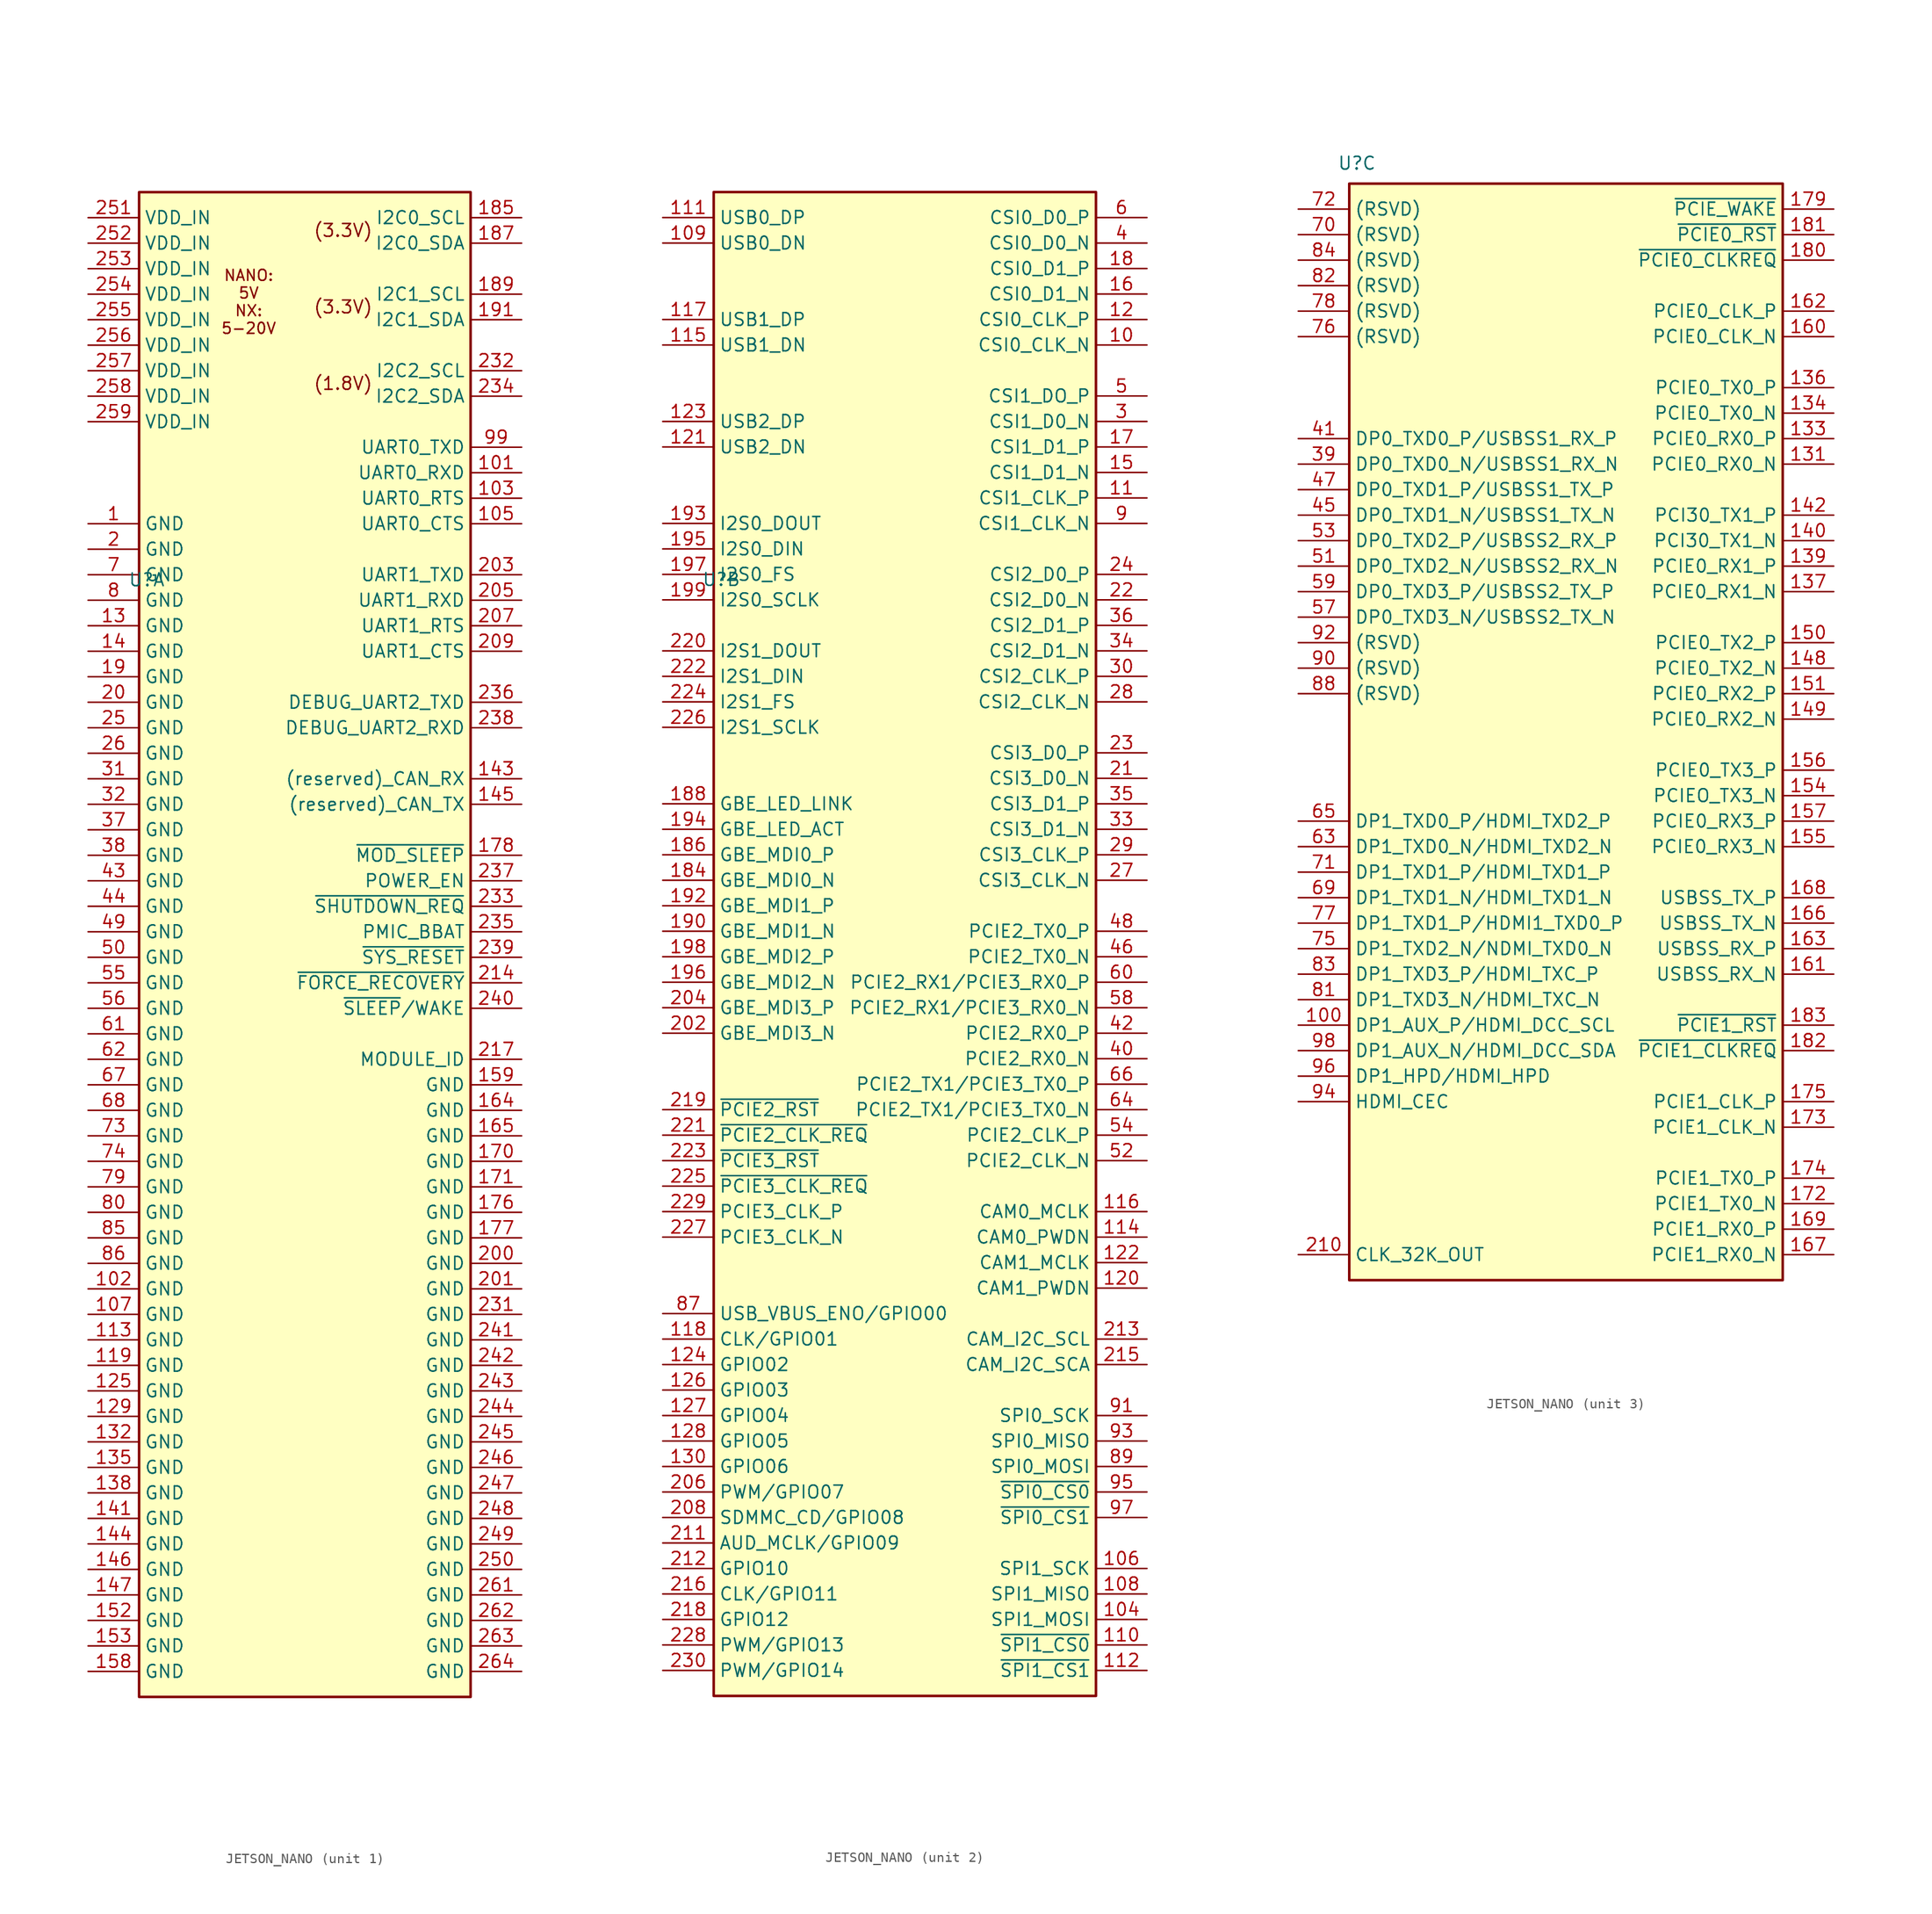
<source format=kicad_sym>
(kicad_symbol_lib
  (version 20231120)
  (generator "kicad_symbol_editor")
  (generator_version "8.0")
  (symbol "JETSON_NANO"
    (property "Reference" "U"
      (at 5.842 108.712 0)
      (effects (font (size 1.27 1.27))))
    (property "Value" ""
      (at 0 0 0)
      (effects (font (size 1.27 1.27))))
    (property "ki_locked" ""
      (at 0 0 0)
      (effects (font (size 1.27 1.27))))
    (symbol "JETSON_NANO_1_1"
      (rectangle (start 5.08 147.32) (end 38.1 -2.54) (stroke (width 0.254) (type default)) (fill (type background)))
      (text "(1.8V)" (at 25.4 128.27 0) (effects (font (size 1.27 1.27))))
      (text "(3.3V)" (at 25.4 135.89 0) (effects (font (size 1.27 1.27))))
      (text "(3.3V)" (at 25.4 143.51 0) (effects (font (size 1.27 1.27))))
      (text "NANO:\n5V\nNX:\n5-20V" (at 16.002 136.398 0) (effects (font (size 1.092 1.092))))
      (pin power_in line (at 0 114.3 0) (length 5.08) (name "GND" (effects (font (size 1.27 1.27)))) (number "1" (effects (font (size 1.27 1.27)))))
      (pin passive line (at 43.18 119.38 180) (length 5.08) (name "UART0_RXD" (effects (font (size 1.27 1.27)))) (number "101" (effects (font (size 1.27 1.27)))))
      (pin power_in line (at 0 38.1 0) (length 5.08) (name "GND" (effects (font (size 1.27 1.27)))) (number "102" (effects (font (size 1.27 1.27)))))
      (pin passive line (at 43.18 116.84 180) (length 5.08) (name "UART0_RTS" (effects (font (size 1.27 1.27)))) (number "103" (effects (font (size 1.27 1.27)))))
      (pin passive line (at 43.18 114.3 180) (length 5.08) (name "UART0_CTS" (effects (font (size 1.27 1.27)))) (number "105" (effects (font (size 1.27 1.27)))))
      (pin power_in line (at 0 35.56 0) (length 5.08) (name "GND" (effects (font (size 1.27 1.27)))) (number "107" (effects (font (size 1.27 1.27)))))
      (pin power_in line (at 0 33.02 0) (length 5.08) (name "GND" (effects (font (size 1.27 1.27)))) (number "113" (effects (font (size 1.27 1.27)))))
      (pin power_in line (at 0 30.48 0) (length 5.08) (name "GND" (effects (font (size 1.27 1.27)))) (number "119" (effects (font (size 1.27 1.27)))))
      (pin power_in line (at 0 27.94 0) (length 5.08) (name "GND" (effects (font (size 1.27 1.27)))) (number "125" (effects (font (size 1.27 1.27)))))
      (pin power_in line (at 0 25.4 0) (length 5.08) (name "GND" (effects (font (size 1.27 1.27)))) (number "129" (effects (font (size 1.27 1.27)))))
      (pin power_in line (at 0 104.14 0) (length 5.08) (name "GND" (effects (font (size 1.27 1.27)))) (number "13" (effects (font (size 1.27 1.27)))))
      (pin power_in line (at 0 22.86 0) (length 5.08) (name "GND" (effects (font (size 1.27 1.27)))) (number "132" (effects (font (size 1.27 1.27)))))
      (pin power_in line (at 0 20.32 0) (length 5.08) (name "GND" (effects (font (size 1.27 1.27)))) (number "135" (effects (font (size 1.27 1.27)))))
      (pin power_in line (at 0 17.78 0) (length 5.08) (name "GND" (effects (font (size 1.27 1.27)))) (number "138" (effects (font (size 1.27 1.27)))))
      (pin power_in line (at 0 101.6 0) (length 5.08) (name "GND" (effects (font (size 1.27 1.27)))) (number "14" (effects (font (size 1.27 1.27)))))
      (pin power_in line (at 0 15.24 0) (length 5.08) (name "GND" (effects (font (size 1.27 1.27)))) (number "141" (effects (font (size 1.27 1.27)))))
      (pin passive line (at 43.18 88.9 180) (length 5.08) (name "(reserved)_CAN_RX" (effects (font (size 1.27 1.27)))) (number "143" (effects (font (size 1.27 1.27)))))
      (pin power_in line (at 0 12.7 0) (length 5.08) (name "GND" (effects (font (size 1.27 1.27)))) (number "144" (effects (font (size 1.27 1.27)))))
      (pin passive line (at 43.18 86.36 180) (length 5.08) (name "(reserved)_CAN_TX" (effects (font (size 1.27 1.27)))) (number "145" (effects (font (size 1.27 1.27)))))
      (pin power_in line (at 0 10.16 0) (length 5.08) (name "GND" (effects (font (size 1.27 1.27)))) (number "146" (effects (font (size 1.27 1.27)))))
      (pin power_in line (at 0 7.62 0) (length 5.08) (name "GND" (effects (font (size 1.27 1.27)))) (number "147" (effects (font (size 1.27 1.27)))))
      (pin power_in line (at 0 5.08 0) (length 5.08) (name "GND" (effects (font (size 1.27 1.27)))) (number "152" (effects (font (size 1.27 1.27)))))
      (pin power_in line (at 0 2.54 0) (length 5.08) (name "GND" (effects (font (size 1.27 1.27)))) (number "153" (effects (font (size 1.27 1.27)))))
      (pin power_in line (at 0 0 0) (length 5.08) (name "GND" (effects (font (size 1.27 1.27)))) (number "158" (effects (font (size 1.27 1.27)))))
      (pin power_in line (at 43.18 58.42 180) (length 5.08) (name "GND" (effects (font (size 1.27 1.27)))) (number "159" (effects (font (size 1.27 1.27)))))
      (pin power_in line (at 43.18 55.88 180) (length 5.08) (name "GND" (effects (font (size 1.27 1.27)))) (number "164" (effects (font (size 1.27 1.27)))))
      (pin power_in line (at 43.18 53.34 180) (length 5.08) (name "GND" (effects (font (size 1.27 1.27)))) (number "165" (effects (font (size 1.27 1.27)))))
      (pin power_in line (at 43.18 50.8 180) (length 5.08) (name "GND" (effects (font (size 1.27 1.27)))) (number "170" (effects (font (size 1.27 1.27)))))
      (pin power_in line (at 43.18 48.26 180) (length 5.08) (name "GND" (effects (font (size 1.27 1.27)))) (number "171" (effects (font (size 1.27 1.27)))))
      (pin power_in line (at 43.18 45.72 180) (length 5.08) (name "GND" (effects (font (size 1.27 1.27)))) (number "176" (effects (font (size 1.27 1.27)))))
      (pin power_in line (at 43.18 43.18 180) (length 5.08) (name "GND" (effects (font (size 1.27 1.27)))) (number "177" (effects (font (size 1.27 1.27)))))
      (pin passive line (at 43.18 81.28 180) (length 5.08) (name "~{MOD_SLEEP}" (effects (font (size 1.27 1.27)))) (number "178" (effects (font (size 1.27 1.27)))))
      (pin passive line (at 43.18 144.78 180) (length 5.08) (name "I2C0_SCL" (effects (font (size 1.27 1.27)))) (number "185" (effects (font (size 1.27 1.27)))))
      (pin passive line (at 43.18 142.24 180) (length 5.08) (name "I2C0_SDA" (effects (font (size 1.27 1.27)))) (number "187" (effects (font (size 1.27 1.27)))))
      (pin passive line (at 43.18 137.16 180) (length 5.08) (name "I2C1_SCL" (effects (font (size 1.27 1.27)))) (number "189" (effects (font (size 1.27 1.27)))))
      (pin power_in line (at 0 99.06 0) (length 5.08) (name "GND" (effects (font (size 1.27 1.27)))) (number "19" (effects (font (size 1.27 1.27)))))
      (pin passive line (at 43.18 134.62 180) (length 5.08) (name "I2C1_SDA" (effects (font (size 1.27 1.27)))) (number "191" (effects (font (size 1.27 1.27)))))
      (pin power_in line (at 0 111.76 0) (length 5.08) (name "GND" (effects (font (size 1.27 1.27)))) (number "2" (effects (font (size 1.27 1.27)))))
      (pin power_in line (at 0 96.52 0) (length 5.08) (name "GND" (effects (font (size 1.27 1.27)))) (number "20" (effects (font (size 1.27 1.27)))))
      (pin power_in line (at 43.18 40.64 180) (length 5.08) (name "GND" (effects (font (size 1.27 1.27)))) (number "200" (effects (font (size 1.27 1.27)))))
      (pin power_in line (at 43.18 38.1 180) (length 5.08) (name "GND" (effects (font (size 1.27 1.27)))) (number "201" (effects (font (size 1.27 1.27)))))
      (pin passive line (at 43.18 109.22 180) (length 5.08) (name "UART1_TXD" (effects (font (size 1.27 1.27)))) (number "203" (effects (font (size 1.27 1.27)))))
      (pin passive line (at 43.18 106.68 180) (length 5.08) (name "UART1_RXD" (effects (font (size 1.27 1.27)))) (number "205" (effects (font (size 1.27 1.27)))))
      (pin passive line (at 43.18 104.14 180) (length 5.08) (name "UART1_RTS" (effects (font (size 1.27 1.27)))) (number "207" (effects (font (size 1.27 1.27)))))
      (pin passive line (at 43.18 101.6 180) (length 5.08) (name "UART1_CTS" (effects (font (size 1.27 1.27)))) (number "209" (effects (font (size 1.27 1.27)))))
      (pin passive line (at 43.18 68.58 180) (length 5.08) (name "~{FORCE_RECOVERY}" (effects (font (size 1.27 1.27)))) (number "214" (effects (font (size 1.27 1.27)))))
      (pin passive line (at 43.18 60.96 180) (length 5.08) (name "MODULE_ID" (effects (font (size 1.27 1.27)))) (number "217" (effects (font (size 1.27 1.27)))))
      (pin power_in line (at 43.18 35.56 180) (length 5.08) (name "GND" (effects (font (size 1.27 1.27)))) (number "231" (effects (font (size 1.27 1.27)))))
      (pin passive line (at 43.18 129.54 180) (length 5.08) (name "I2C2_SCL" (effects (font (size 1.27 1.27)))) (number "232" (effects (font (size 1.27 1.27)))))
      (pin passive line (at 43.18 76.2 180) (length 5.08) (name "~{SHUTDOWN_REQ}" (effects (font (size 1.27 1.27)))) (number "233" (effects (font (size 1.27 1.27)))))
      (pin passive line (at 43.18 127 180) (length 5.08) (name "I2C2_SDA" (effects (font (size 1.27 1.27)))) (number "234" (effects (font (size 1.27 1.27)))))
      (pin passive line (at 43.18 73.66 180) (length 5.08) (name "PMIC_BBAT" (effects (font (size 1.27 1.27)))) (number "235" (effects (font (size 1.27 1.27)))))
      (pin passive line (at 43.18 96.52 180) (length 5.08) (name "DEBUG_UART2_TXD" (effects (font (size 1.27 1.27)))) (number "236" (effects (font (size 1.27 1.27)))))
      (pin passive line (at 43.18 78.74 180) (length 5.08) (name "POWER_EN" (effects (font (size 1.27 1.27)))) (number "237" (effects (font (size 1.27 1.27)))))
      (pin passive line (at 43.18 93.98 180) (length 5.08) (name "DEBUG_UART2_RXD" (effects (font (size 1.27 1.27)))) (number "238" (effects (font (size 1.27 1.27)))))
      (pin passive line (at 43.18 71.12 180) (length 5.08) (name "~{SYS_RESET}" (effects (font (size 1.27 1.27)))) (number "239" (effects (font (size 1.27 1.27)))))
      (pin passive line (at 43.18 66.04 180) (length 5.08) (name "~{SLEEP}/WAKE" (effects (font (size 1.27 1.27)))) (number "240" (effects (font (size 1.27 1.27)))))
      (pin power_in line (at 43.18 33.02 180) (length 5.08) (name "GND" (effects (font (size 1.27 1.27)))) (number "241" (effects (font (size 1.27 1.27)))))
      (pin power_in line (at 43.18 30.48 180) (length 5.08) (name "GND" (effects (font (size 1.27 1.27)))) (number "242" (effects (font (size 1.27 1.27)))))
      (pin power_in line (at 43.18 27.94 180) (length 5.08) (name "GND" (effects (font (size 1.27 1.27)))) (number "243" (effects (font (size 1.27 1.27)))))
      (pin power_in line (at 43.18 25.4 180) (length 5.08) (name "GND" (effects (font (size 1.27 1.27)))) (number "244" (effects (font (size 1.27 1.27)))))
      (pin power_in line (at 43.18 22.86 180) (length 5.08) (name "GND" (effects (font (size 1.27 1.27)))) (number "245" (effects (font (size 1.27 1.27)))))
      (pin power_in line (at 43.18 20.32 180) (length 5.08) (name "GND" (effects (font (size 1.27 1.27)))) (number "246" (effects (font (size 1.27 1.27)))))
      (pin power_in line (at 43.18 17.78 180) (length 5.08) (name "GND" (effects (font (size 1.27 1.27)))) (number "247" (effects (font (size 1.27 1.27)))))
      (pin power_in line (at 43.18 15.24 180) (length 5.08) (name "GND" (effects (font (size 1.27 1.27)))) (number "248" (effects (font (size 1.27 1.27)))))
      (pin power_in line (at 43.18 12.7 180) (length 5.08) (name "GND" (effects (font (size 1.27 1.27)))) (number "249" (effects (font (size 1.27 1.27)))))
      (pin power_in line (at 0 93.98 0) (length 5.08) (name "GND" (effects (font (size 1.27 1.27)))) (number "25" (effects (font (size 1.27 1.27)))))
      (pin power_in line (at 43.18 10.16 180) (length 5.08) (name "GND" (effects (font (size 1.27 1.27)))) (number "250" (effects (font (size 1.27 1.27)))))
      (pin power_in line (at 0 144.78 0) (length 5.08) (name "VDD_IN" (effects (font (size 1.27 1.27)))) (number "251" (effects (font (size 1.27 1.27)))))
      (pin power_in line (at 0 142.24 0) (length 5.08) (name "VDD_IN" (effects (font (size 1.27 1.27)))) (number "252" (effects (font (size 1.27 1.27)))))
      (pin power_in line (at 0 139.7 0) (length 5.08) (name "VDD_IN" (effects (font (size 1.27 1.27)))) (number "253" (effects (font (size 1.27 1.27)))))
      (pin power_in line (at 0 137.16 0) (length 5.08) (name "VDD_IN" (effects (font (size 1.27 1.27)))) (number "254" (effects (font (size 1.27 1.27)))))
      (pin power_in line (at 0 134.62 0) (length 5.08) (name "VDD_IN" (effects (font (size 1.27 1.27)))) (number "255" (effects (font (size 1.27 1.27)))))
      (pin power_in line (at 0 132.08 0) (length 5.08) (name "VDD_IN" (effects (font (size 1.27 1.27)))) (number "256" (effects (font (size 1.27 1.27)))))
      (pin power_in line (at 0 129.54 0) (length 5.08) (name "VDD_IN" (effects (font (size 1.27 1.27)))) (number "257" (effects (font (size 1.27 1.27)))))
      (pin power_in line (at 0 127 0) (length 5.08) (name "VDD_IN" (effects (font (size 1.27 1.27)))) (number "258" (effects (font (size 1.27 1.27)))))
      (pin power_in line (at 0 124.46 0) (length 5.08) (name "VDD_IN" (effects (font (size 1.27 1.27)))) (number "259" (effects (font (size 1.27 1.27)))))
      (pin power_in line (at 0 91.44 0) (length 5.08) (name "GND" (effects (font (size 1.27 1.27)))) (number "26" (effects (font (size 1.27 1.27)))))
      (pin power_in line (at 43.18 7.62 180) (length 5.08) (name "GND" (effects (font (size 1.27 1.27)))) (number "261" (effects (font (size 1.27 1.27)))))
      (pin power_in line (at 43.18 5.08 180) (length 5.08) (name "GND" (effects (font (size 1.27 1.27)))) (number "262" (effects (font (size 1.27 1.27)))))
      (pin power_in line (at 43.18 2.54 180) (length 5.08) (name "GND" (effects (font (size 1.27 1.27)))) (number "263" (effects (font (size 1.27 1.27)))))
      (pin power_in line (at 43.18 0 180) (length 5.08) (name "GND" (effects (font (size 1.27 1.27)))) (number "264" (effects (font (size 1.27 1.27)))))
      (pin power_in line (at 0 88.9 0) (length 5.08) (name "GND" (effects (font (size 1.27 1.27)))) (number "31" (effects (font (size 1.27 1.27)))))
      (pin power_in line (at 0 86.36 0) (length 5.08) (name "GND" (effects (font (size 1.27 1.27)))) (number "32" (effects (font (size 1.27 1.27)))))
      (pin power_in line (at 0 83.82 0) (length 5.08) (name "GND" (effects (font (size 1.27 1.27)))) (number "37" (effects (font (size 1.27 1.27)))))
      (pin power_in line (at 0 81.28 0) (length 5.08) (name "GND" (effects (font (size 1.27 1.27)))) (number "38" (effects (font (size 1.27 1.27)))))
      (pin power_in line (at 0 78.74 0) (length 5.08) (name "GND" (effects (font (size 1.27 1.27)))) (number "43" (effects (font (size 1.27 1.27)))))
      (pin power_in line (at 0 76.2 0) (length 5.08) (name "GND" (effects (font (size 1.27 1.27)))) (number "44" (effects (font (size 1.27 1.27)))))
      (pin power_in line (at 0 73.66 0) (length 5.08) (name "GND" (effects (font (size 1.27 1.27)))) (number "49" (effects (font (size 1.27 1.27)))))
      (pin power_in line (at 0 71.12 0) (length 5.08) (name "GND" (effects (font (size 1.27 1.27)))) (number "50" (effects (font (size 1.27 1.27)))))
      (pin power_in line (at 0 68.58 0) (length 5.08) (name "GND" (effects (font (size 1.27 1.27)))) (number "55" (effects (font (size 1.27 1.27)))))
      (pin power_in line (at 0 66.04 0) (length 5.08) (name "GND" (effects (font (size 1.27 1.27)))) (number "56" (effects (font (size 1.27 1.27)))))
      (pin power_in line (at 0 63.5 0) (length 5.08) (name "GND" (effects (font (size 1.27 1.27)))) (number "61" (effects (font (size 1.27 1.27)))))
      (pin power_in line (at 0 60.96 0) (length 5.08) (name "GND" (effects (font (size 1.27 1.27)))) (number "62" (effects (font (size 1.27 1.27)))))
      (pin power_in line (at 0 58.42 0) (length 5.08) (name "GND" (effects (font (size 1.27 1.27)))) (number "67" (effects (font (size 1.27 1.27)))))
      (pin power_in line (at 0 55.88 0) (length 5.08) (name "GND" (effects (font (size 1.27 1.27)))) (number "68" (effects (font (size 1.27 1.27)))))
      (pin power_in line (at 0 109.22 0) (length 5.08) (name "GND" (effects (font (size 1.27 1.27)))) (number "7" (effects (font (size 1.27 1.27)))))
      (pin power_in line (at 0 53.34 0) (length 5.08) (name "GND" (effects (font (size 1.27 1.27)))) (number "73" (effects (font (size 1.27 1.27)))))
      (pin power_in line (at 0 50.8 0) (length 5.08) (name "GND" (effects (font (size 1.27 1.27)))) (number "74" (effects (font (size 1.27 1.27)))))
      (pin power_in line (at 0 48.26 0) (length 5.08) (name "GND" (effects (font (size 1.27 1.27)))) (number "79" (effects (font (size 1.27 1.27)))))
      (pin power_in line (at 0 106.68 0) (length 5.08) (name "GND" (effects (font (size 1.27 1.27)))) (number "8" (effects (font (size 1.27 1.27)))))
      (pin power_in line (at 0 45.72 0) (length 5.08) (name "GND" (effects (font (size 1.27 1.27)))) (number "80" (effects (font (size 1.27 1.27)))))
      (pin power_in line (at 0 43.18 0) (length 5.08) (name "GND" (effects (font (size 1.27 1.27)))) (number "85" (effects (font (size 1.27 1.27)))))
      (pin power_in line (at 0 40.64 0) (length 5.08) (name "GND" (effects (font (size 1.27 1.27)))) (number "86" (effects (font (size 1.27 1.27)))))
      (pin passive line (at 43.18 121.92 180) (length 5.08) (name "UART0_TXD" (effects (font (size 1.27 1.27)))) (number "99" (effects (font (size 1.27 1.27))))))
    (symbol "JETSON_NANO_2_1"
      (rectangle (start 5.08 147.32) (end 43.18 -2.54) (stroke (width 0.254) (type default)) (fill (type background)))
      (pin passive line (at 48.26 132.08 180) (length 5.08) (name "CSI0_CLK_N" (effects (font (size 1.27 1.27)))) (number "10" (effects (font (size 1.27 1.27)))))
      (pin passive line (at 48.26 5.08 180) (length 5.08) (name "SPI1_MOSI" (effects (font (size 1.27 1.27)))) (number "104" (effects (font (size 1.27 1.27)))))
      (pin passive line (at 48.26 10.16 180) (length 5.08) (name "SPI1_SCK" (effects (font (size 1.27 1.27)))) (number "106" (effects (font (size 1.27 1.27)))))
      (pin passive line (at 48.26 7.62 180) (length 5.08) (name "SPI1_MISO" (effects (font (size 1.27 1.27)))) (number "108" (effects (font (size 1.27 1.27)))))
      (pin passive line (at 0 142.24 0) (length 5.08) (name "USB0_DN" (effects (font (size 1.27 1.27)))) (number "109" (effects (font (size 1.27 1.27)))))
      (pin passive line (at 48.26 116.84 180) (length 5.08) (name "CSI1_CLK_P" (effects (font (size 1.27 1.27)))) (number "11" (effects (font (size 1.27 1.27)))))
      (pin passive line (at 48.26 2.54 180) (length 5.08) (name "~{SPI1_CS0}" (effects (font (size 1.27 1.27)))) (number "110" (effects (font (size 1.27 1.27)))))
      (pin passive line (at 0 144.78 0) (length 5.08) (name "USB0_DP" (effects (font (size 1.27 1.27)))) (number "111" (effects (font (size 1.27 1.27)))))
      (pin passive line (at 48.26 0 180) (length 5.08) (name "~{SPI1_CS1}" (effects (font (size 1.27 1.27)))) (number "112" (effects (font (size 1.27 1.27)))))
      (pin passive line (at 48.26 43.18 180) (length 5.08) (name "CAM0_PWDN" (effects (font (size 1.27 1.27)))) (number "114" (effects (font (size 1.27 1.27)))))
      (pin passive line (at 0 132.08 0) (length 5.08) (name "USB1_DN" (effects (font (size 1.27 1.27)))) (number "115" (effects (font (size 1.27 1.27)))))
      (pin passive line (at 48.26 45.72 180) (length 5.08) (name "CAM0_MCLK" (effects (font (size 1.27 1.27)))) (number "116" (effects (font (size 1.27 1.27)))))
      (pin passive line (at 0 134.62 0) (length 5.08) (name "USB1_DP" (effects (font (size 1.27 1.27)))) (number "117" (effects (font (size 1.27 1.27)))))
      (pin passive line (at 0 33.02 0) (length 5.08) (name "CLK/GPIO01" (effects (font (size 1.27 1.27)))) (number "118" (effects (font (size 1.27 1.27)))))
      (pin passive line (at 48.26 134.62 180) (length 5.08) (name "CSI0_CLK_P" (effects (font (size 1.27 1.27)))) (number "12" (effects (font (size 1.27 1.27)))))
      (pin passive line (at 48.26 38.1 180) (length 5.08) (name "CAM1_PWDN" (effects (font (size 1.27 1.27)))) (number "120" (effects (font (size 1.27 1.27)))))
      (pin passive line (at 0 121.92 0) (length 5.08) (name "USB2_DN" (effects (font (size 1.27 1.27)))) (number "121" (effects (font (size 1.27 1.27)))))
      (pin passive line (at 48.26 40.64 180) (length 5.08) (name "CAM1_MCLK" (effects (font (size 1.27 1.27)))) (number "122" (effects (font (size 1.27 1.27)))))
      (pin passive line (at 0 124.46 0) (length 5.08) (name "USB2_DP" (effects (font (size 1.27 1.27)))) (number "123" (effects (font (size 1.27 1.27)))))
      (pin passive line (at 0 30.48 0) (length 5.08) (name "GPIO02" (effects (font (size 1.27 1.27)))) (number "124" (effects (font (size 1.27 1.27)))))
      (pin passive line (at 0 27.94 0) (length 5.08) (name "GPIO03" (effects (font (size 1.27 1.27)))) (number "126" (effects (font (size 1.27 1.27)))))
      (pin passive line (at 0 25.4 0) (length 5.08) (name "GPIO04" (effects (font (size 1.27 1.27)))) (number "127" (effects (font (size 1.27 1.27)))))
      (pin passive line (at 0 22.86 0) (length 5.08) (name "GPIO05" (effects (font (size 1.27 1.27)))) (number "128" (effects (font (size 1.27 1.27)))))
      (pin passive line (at 0 20.32 0) (length 5.08) (name "GPIO06" (effects (font (size 1.27 1.27)))) (number "130" (effects (font (size 1.27 1.27)))))
      (pin passive line (at 48.26 119.38 180) (length 5.08) (name "CSI1_D1_N" (effects (font (size 1.27 1.27)))) (number "15" (effects (font (size 1.27 1.27)))))
      (pin passive line (at 48.26 137.16 180) (length 5.08) (name "CSI0_D1_N" (effects (font (size 1.27 1.27)))) (number "16" (effects (font (size 1.27 1.27)))))
      (pin passive line (at 48.26 121.92 180) (length 5.08) (name "CSI1_D1_P" (effects (font (size 1.27 1.27)))) (number "17" (effects (font (size 1.27 1.27)))))
      (pin passive line (at 48.26 139.7 180) (length 5.08) (name "CSI0_D1_P" (effects (font (size 1.27 1.27)))) (number "18" (effects (font (size 1.27 1.27)))))
      (pin passive line (at 0 78.74 0) (length 5.08) (name "GBE_MDI0_N" (effects (font (size 1.27 1.27)))) (number "184" (effects (font (size 1.27 1.27)))))
      (pin passive line (at 0 81.28 0) (length 5.08) (name "GBE_MDI0_P" (effects (font (size 1.27 1.27)))) (number "186" (effects (font (size 1.27 1.27)))))
      (pin passive line (at 0 86.36 0) (length 5.08) (name "GBE_LED_LINK" (effects (font (size 1.27 1.27)))) (number "188" (effects (font (size 1.27 1.27)))))
      (pin passive line (at 0 73.66 0) (length 5.08) (name "GBE_MDI1_N" (effects (font (size 1.27 1.27)))) (number "190" (effects (font (size 1.27 1.27)))))
      (pin passive line (at 0 76.2 0) (length 5.08) (name "GBE_MDI1_P" (effects (font (size 1.27 1.27)))) (number "192" (effects (font (size 1.27 1.27)))))
      (pin passive line (at 0 114.3 0) (length 5.08) (name "I2S0_DOUT" (effects (font (size 1.27 1.27)))) (number "193" (effects (font (size 1.27 1.27)))))
      (pin passive line (at 0 83.82 0) (length 5.08) (name "GBE_LED_ACT" (effects (font (size 1.27 1.27)))) (number "194" (effects (font (size 1.27 1.27)))))
      (pin passive line (at 0 111.76 0) (length 5.08) (name "I2S0_DIN" (effects (font (size 1.27 1.27)))) (number "195" (effects (font (size 1.27 1.27)))))
      (pin passive line (at 0 68.58 0) (length 5.08) (name "GBE_MDI2_N" (effects (font (size 1.27 1.27)))) (number "196" (effects (font (size 1.27 1.27)))))
      (pin passive line (at 0 109.22 0) (length 5.08) (name "I2S0_FS" (effects (font (size 1.27 1.27)))) (number "197" (effects (font (size 1.27 1.27)))))
      (pin passive line (at 0 71.12 0) (length 5.08) (name "GBE_MDI2_P" (effects (font (size 1.27 1.27)))) (number "198" (effects (font (size 1.27 1.27)))))
      (pin passive line (at 0 106.68 0) (length 5.08) (name "I2S0_SCLK" (effects (font (size 1.27 1.27)))) (number "199" (effects (font (size 1.27 1.27)))))
      (pin passive line (at 0 63.5 0) (length 5.08) (name "GBE_MDI3_N" (effects (font (size 1.27 1.27)))) (number "202" (effects (font (size 1.27 1.27)))))
      (pin passive line (at 0 66.04 0) (length 5.08) (name "GBE_MDI3_P" (effects (font (size 1.27 1.27)))) (number "204" (effects (font (size 1.27 1.27)))))
      (pin passive line (at 0 17.78 0) (length 5.08) (name "PWM/GPIO07" (effects (font (size 1.27 1.27)))) (number "206" (effects (font (size 1.27 1.27)))))
      (pin passive line (at 0 15.24 0) (length 5.08) (name "SDMMC_CD/GPIO08" (effects (font (size 1.27 1.27)))) (number "208" (effects (font (size 1.27 1.27)))))
      (pin passive line (at 48.26 88.9 180) (length 5.08) (name "CSI3_D0_N" (effects (font (size 1.27 1.27)))) (number "21" (effects (font (size 1.27 1.27)))))
      (pin passive line (at 0 12.7 0) (length 5.08) (name "AUD_MCLK/GPIO09" (effects (font (size 1.27 1.27)))) (number "211" (effects (font (size 1.27 1.27)))))
      (pin passive line (at 0 10.16 0) (length 5.08) (name "GPIO10" (effects (font (size 1.27 1.27)))) (number "212" (effects (font (size 1.27 1.27)))))
      (pin passive line (at 48.26 33.02 180) (length 5.08) (name "CAM_I2C_SCL" (effects (font (size 1.27 1.27)))) (number "213" (effects (font (size 1.27 1.27)))))
      (pin passive line (at 48.26 30.48 180) (length 5.08) (name "CAM_I2C_SCA" (effects (font (size 1.27 1.27)))) (number "215" (effects (font (size 1.27 1.27)))))
      (pin passive line (at 0 7.62 0) (length 5.08) (name "CLK/GPIO11" (effects (font (size 1.27 1.27)))) (number "216" (effects (font (size 1.27 1.27)))))
      (pin passive line (at 0 5.08 0) (length 5.08) (name "GPIO12" (effects (font (size 1.27 1.27)))) (number "218" (effects (font (size 1.27 1.27)))))
      (pin passive line (at 0 55.88 0) (length 5.08) (name "~{PCIE2_RST}" (effects (font (size 1.27 1.27)))) (number "219" (effects (font (size 1.27 1.27)))))
      (pin passive line (at 48.26 106.68 180) (length 5.08) (name "CSI2_D0_N" (effects (font (size 1.27 1.27)))) (number "22" (effects (font (size 1.27 1.27)))))
      (pin passive line (at 0 101.6 0) (length 5.08) (name "I2S1_DOUT" (effects (font (size 1.27 1.27)))) (number "220" (effects (font (size 1.27 1.27)))))
      (pin passive line (at 0 53.34 0) (length 5.08) (name "~{PCIE2_CLK_REQ}" (effects (font (size 1.27 1.27)))) (number "221" (effects (font (size 1.27 1.27)))))
      (pin passive line (at 0 99.06 0) (length 5.08) (name "I2S1_DIN" (effects (font (size 1.27 1.27)))) (number "222" (effects (font (size 1.27 1.27)))))
      (pin passive line (at 0 50.8 0) (length 5.08) (name "~{PCIE3_RST}" (effects (font (size 1.27 1.27)))) (number "223" (effects (font (size 1.27 1.27)))))
      (pin passive line (at 0 96.52 0) (length 5.08) (name "I2S1_FS" (effects (font (size 1.27 1.27)))) (number "224" (effects (font (size 1.27 1.27)))))
      (pin passive line (at 0 48.26 0) (length 5.08) (name "~{PCIE3_CLK_REQ}" (effects (font (size 1.27 1.27)))) (number "225" (effects (font (size 1.27 1.27)))))
      (pin passive line (at 0 93.98 0) (length 5.08) (name "I2S1_SCLK" (effects (font (size 1.27 1.27)))) (number "226" (effects (font (size 1.27 1.27)))))
      (pin passive line (at 0 43.18 0) (length 5.08) (name "PCIE3_CLK_N" (effects (font (size 1.27 1.27)))) (number "227" (effects (font (size 1.27 1.27)))))
      (pin passive line (at 0 2.54 0) (length 5.08) (name "PWM/GPIO13" (effects (font (size 1.27 1.27)))) (number "228" (effects (font (size 1.27 1.27)))))
      (pin passive line (at 0 45.72 0) (length 5.08) (name "PCIE3_CLK_P" (effects (font (size 1.27 1.27)))) (number "229" (effects (font (size 1.27 1.27)))))
      (pin passive line (at 48.26 91.44 180) (length 5.08) (name "CSI3_D0_P" (effects (font (size 1.27 1.27)))) (number "23" (effects (font (size 1.27 1.27)))))
      (pin passive line (at 0 0 0) (length 5.08) (name "PWM/GPIO14" (effects (font (size 1.27 1.27)))) (number "230" (effects (font (size 1.27 1.27)))))
      (pin passive line (at 48.26 109.22 180) (length 5.08) (name "CSI2_D0_P" (effects (font (size 1.27 1.27)))) (number "24" (effects (font (size 1.27 1.27)))))
      (pin passive line (at 48.26 78.74 180) (length 5.08) (name "CSI3_CLK_N" (effects (font (size 1.27 1.27)))) (number "27" (effects (font (size 1.27 1.27)))))
      (pin passive line (at 48.26 96.52 180) (length 5.08) (name "CSI2_CLK_N" (effects (font (size 1.27 1.27)))) (number "28" (effects (font (size 1.27 1.27)))))
      (pin passive line (at 48.26 81.28 180) (length 5.08) (name "CSI3_CLK_P" (effects (font (size 1.27 1.27)))) (number "29" (effects (font (size 1.27 1.27)))))
      (pin passive line (at 48.26 124.46 180) (length 5.08) (name "CSI1_D0_N" (effects (font (size 1.27 1.27)))) (number "3" (effects (font (size 1.27 1.27)))))
      (pin passive line (at 48.26 99.06 180) (length 5.08) (name "CSI2_CLK_P" (effects (font (size 1.27 1.27)))) (number "30" (effects (font (size 1.27 1.27)))))
      (pin passive line (at 48.26 83.82 180) (length 5.08) (name "CSI3_D1_N" (effects (font (size 1.27 1.27)))) (number "33" (effects (font (size 1.27 1.27)))))
      (pin passive line (at 48.26 101.6 180) (length 5.08) (name "CSI2_D1_N" (effects (font (size 1.27 1.27)))) (number "34" (effects (font (size 1.27 1.27)))))
      (pin passive line (at 48.26 86.36 180) (length 5.08) (name "CSI3_D1_P" (effects (font (size 1.27 1.27)))) (number "35" (effects (font (size 1.27 1.27)))))
      (pin passive line (at 48.26 104.14 180) (length 5.08) (name "CSI2_D1_P" (effects (font (size 1.27 1.27)))) (number "36" (effects (font (size 1.27 1.27)))))
      (pin passive line (at 48.26 142.24 180) (length 5.08) (name "CSI0_D0_N" (effects (font (size 1.27 1.27)))) (number "4" (effects (font (size 1.27 1.27)))))
      (pin passive line (at 48.26 60.96 180) (length 5.08) (name "PCIE2_RX0_N" (effects (font (size 1.27 1.27)))) (number "40" (effects (font (size 1.27 1.27)))))
      (pin passive line (at 48.26 63.5 180) (length 5.08) (name "PCIE2_RX0_P" (effects (font (size 1.27 1.27)))) (number "42" (effects (font (size 1.27 1.27)))))
      (pin passive line (at 48.26 71.12 180) (length 5.08) (name "PCIE2_TX0_N" (effects (font (size 1.27 1.27)))) (number "46" (effects (font (size 1.27 1.27)))))
      (pin passive line (at 48.26 73.66 180) (length 5.08) (name "PCIE2_TX0_P" (effects (font (size 1.27 1.27)))) (number "48" (effects (font (size 1.27 1.27)))))
      (pin passive line (at 48.26 127 180) (length 5.08) (name "CSI1_DO_P" (effects (font (size 1.27 1.27)))) (number "5" (effects (font (size 1.27 1.27)))))
      (pin passive line (at 48.26 50.8 180) (length 5.08) (name "PCIE2_CLK_N" (effects (font (size 1.27 1.27)))) (number "52" (effects (font (size 1.27 1.27)))))
      (pin passive line (at 48.26 53.34 180) (length 5.08) (name "PCIE2_CLK_P" (effects (font (size 1.27 1.27)))) (number "54" (effects (font (size 1.27 1.27)))))
      (pin passive line (at 48.26 66.04 180) (length 5.08) (name "PCIE2_RX1/PCIE3_RX0_N" (effects (font (size 1.27 1.27)))) (number "58" (effects (font (size 1.27 1.27)))))
      (pin passive line (at 48.26 144.78 180) (length 5.08) (name "CSI0_D0_P" (effects (font (size 1.27 1.27)))) (number "6" (effects (font (size 1.27 1.27)))))
      (pin passive line (at 48.26 68.58 180) (length 5.08) (name "PCIE2_RX1/PCIE3_RX0_P" (effects (font (size 1.27 1.27)))) (number "60" (effects (font (size 1.27 1.27)))))
      (pin passive line (at 48.26 55.88 180) (length 5.08) (name "PCIE2_TX1/PCIE3_TX0_N" (effects (font (size 1.27 1.27)))) (number "64" (effects (font (size 1.27 1.27)))))
      (pin passive line (at 48.26 58.42 180) (length 5.08) (name "PCIE2_TX1/PCIE3_TX0_P" (effects (font (size 1.27 1.27)))) (number "66" (effects (font (size 1.27 1.27)))))
      (pin passive line (at 0 35.56 0) (length 5.08) (name "USB_VBUS_ENO/GPIO00" (effects (font (size 1.27 1.27)))) (number "87" (effects (font (size 1.27 1.27)))))
      (pin passive line (at 48.26 20.32 180) (length 5.08) (name "SPI0_MOSI" (effects (font (size 1.27 1.27)))) (number "89" (effects (font (size 1.27 1.27)))))
      (pin passive line (at 48.26 114.3 180) (length 5.08) (name "CSI1_CLK_N" (effects (font (size 1.27 1.27)))) (number "9" (effects (font (size 1.27 1.27)))))
      (pin passive line (at 48.26 25.4 180) (length 5.08) (name "SPI0_SCK" (effects (font (size 1.27 1.27)))) (number "91" (effects (font (size 1.27 1.27)))))
      (pin passive line (at 48.26 22.86 180) (length 5.08) (name "SPI0_MISO" (effects (font (size 1.27 1.27)))) (number "93" (effects (font (size 1.27 1.27)))))
      (pin passive line (at 48.26 17.78 180) (length 5.08) (name "~{SPI0_CS0}" (effects (font (size 1.27 1.27)))) (number "95" (effects (font (size 1.27 1.27)))))
      (pin passive line (at 48.26 15.24 180) (length 5.08) (name "~{SPI0_CS1}" (effects (font (size 1.27 1.27)))) (number "97" (effects (font (size 1.27 1.27))))))
    (symbol "JETSON_NANO_3_1"
      (rectangle (start 5.08 106.68) (end 48.26 -2.54) (stroke (width 0.254) (type default)) (fill (type background)))
      (pin passive line (at 0 22.86 0) (length 5.08) (name "DP1_AUX_P/HDMI_DCC_SCL" (effects (font (size 1.27 1.27)))) (number "100" (effects (font (size 1.27 1.27)))))
      (pin passive line (at 53.34 78.74 180) (length 5.08) (name "PCIE0_RX0_N" (effects (font (size 1.27 1.27)))) (number "131" (effects (font (size 1.27 1.27)))))
      (pin passive line (at 53.34 81.28 180) (length 5.08) (name "PCIE0_RX0_P" (effects (font (size 1.27 1.27)))) (number "133" (effects (font (size 1.27 1.27)))))
      (pin passive line (at 53.34 83.82 180) (length 5.08) (name "PCIE0_TX0_N" (effects (font (size 1.27 1.27)))) (number "134" (effects (font (size 1.27 1.27)))))
      (pin passive line (at 53.34 86.36 180) (length 5.08) (name "PCIE0_TX0_P" (effects (font (size 1.27 1.27)))) (number "136" (effects (font (size 1.27 1.27)))))
      (pin passive line (at 53.34 66.04 180) (length 5.08) (name "PCIE0_RX1_N" (effects (font (size 1.27 1.27)))) (number "137" (effects (font (size 1.27 1.27)))))
      (pin passive line (at 53.34 68.58 180) (length 5.08) (name "PCIE0_RX1_P" (effects (font (size 1.27 1.27)))) (number "139" (effects (font (size 1.27 1.27)))))
      (pin passive line (at 53.34 71.12 180) (length 5.08) (name "PCI30_TX1_N" (effects (font (size 1.27 1.27)))) (number "140" (effects (font (size 1.27 1.27)))))
      (pin passive line (at 53.34 73.66 180) (length 5.08) (name "PCI30_TX1_P" (effects (font (size 1.27 1.27)))) (number "142" (effects (font (size 1.27 1.27)))))
      (pin passive line (at 53.34 58.42 180) (length 5.08) (name "PCIE0_TX2_N" (effects (font (size 1.27 1.27)))) (number "148" (effects (font (size 1.27 1.27)))))
      (pin passive line (at 53.34 53.34 180) (length 5.08) (name "PCIE0_RX2_N" (effects (font (size 1.27 1.27)))) (number "149" (effects (font (size 1.27 1.27)))))
      (pin passive line (at 53.34 60.96 180) (length 5.08) (name "PCIE0_TX2_P" (effects (font (size 1.27 1.27)))) (number "150" (effects (font (size 1.27 1.27)))))
      (pin passive line (at 53.34 55.88 180) (length 5.08) (name "PCIE0_RX2_P" (effects (font (size 1.27 1.27)))) (number "151" (effects (font (size 1.27 1.27)))))
      (pin passive line (at 53.34 45.72 180) (length 5.08) (name "PCIEO_TX3_N" (effects (font (size 1.27 1.27)))) (number "154" (effects (font (size 1.27 1.27)))))
      (pin passive line (at 53.34 40.64 180) (length 5.08) (name "PCIE0_RX3_N" (effects (font (size 1.27 1.27)))) (number "155" (effects (font (size 1.27 1.27)))))
      (pin passive line (at 53.34 48.26 180) (length 5.08) (name "PCIE0_TX3_P" (effects (font (size 1.27 1.27)))) (number "156" (effects (font (size 1.27 1.27)))))
      (pin passive line (at 53.34 43.18 180) (length 5.08) (name "PCIE0_RX3_P" (effects (font (size 1.27 1.27)))) (number "157" (effects (font (size 1.27 1.27)))))
      (pin passive line (at 53.34 91.44 180) (length 5.08) (name "PCIE0_CLK_N" (effects (font (size 1.27 1.27)))) (number "160" (effects (font (size 1.27 1.27)))))
      (pin passive line (at 53.34 27.94 180) (length 5.08) (name "USBSS_RX_N" (effects (font (size 1.27 1.27)))) (number "161" (effects (font (size 1.27 1.27)))))
      (pin passive line (at 53.34 93.98 180) (length 5.08) (name "PCIE0_CLK_P" (effects (font (size 1.27 1.27)))) (number "162" (effects (font (size 1.27 1.27)))))
      (pin passive line (at 53.34 30.48 180) (length 5.08) (name "USBSS_RX_P" (effects (font (size 1.27 1.27)))) (number "163" (effects (font (size 1.27 1.27)))))
      (pin passive line (at 53.34 33.02 180) (length 5.08) (name "USBSS_TX_N" (effects (font (size 1.27 1.27)))) (number "166" (effects (font (size 1.27 1.27)))))
      (pin passive line (at 53.34 0 180) (length 5.08) (name "PCIE1_RX0_N" (effects (font (size 1.27 1.27)))) (number "167" (effects (font (size 1.27 1.27)))))
      (pin passive line (at 53.34 35.56 180) (length 5.08) (name "USBSS_TX_P" (effects (font (size 1.27 1.27)))) (number "168" (effects (font (size 1.27 1.27)))))
      (pin passive line (at 53.34 2.54 180) (length 5.08) (name "PCIE1_RX0_P" (effects (font (size 1.27 1.27)))) (number "169" (effects (font (size 1.27 1.27)))))
      (pin passive line (at 53.34 5.08 180) (length 5.08) (name "PCIE1_TX0_N" (effects (font (size 1.27 1.27)))) (number "172" (effects (font (size 1.27 1.27)))))
      (pin passive line (at 53.34 12.7 180) (length 5.08) (name "PCIE1_CLK_N" (effects (font (size 1.27 1.27)))) (number "173" (effects (font (size 1.27 1.27)))))
      (pin passive line (at 53.34 7.62 180) (length 5.08) (name "PCIE1_TX0_P" (effects (font (size 1.27 1.27)))) (number "174" (effects (font (size 1.27 1.27)))))
      (pin passive line (at 53.34 15.24 180) (length 5.08) (name "PCIE1_CLK_P" (effects (font (size 1.27 1.27)))) (number "175" (effects (font (size 1.27 1.27)))))
      (pin passive line (at 53.34 104.14 180) (length 5.08) (name "~{PCIE_WAKE}" (effects (font (size 1.27 1.27)))) (number "179" (effects (font (size 1.27 1.27)))))
      (pin passive line (at 53.34 99.06 180) (length 5.08) (name "~{PCIE0_CLKREQ}" (effects (font (size 1.27 1.27)))) (number "180" (effects (font (size 1.27 1.27)))))
      (pin passive line (at 53.34 101.6 180) (length 5.08) (name "~{PCIE0_RST}" (effects (font (size 1.27 1.27)))) (number "181" (effects (font (size 1.27 1.27)))))
      (pin passive line (at 53.34 20.32 180) (length 5.08) (name "~{PCIE1_CLKREQ}" (effects (font (size 1.27 1.27)))) (number "182" (effects (font (size 1.27 1.27)))))
      (pin passive line (at 53.34 22.86 180) (length 5.08) (name "~{PCIE1_RST}" (effects (font (size 1.27 1.27)))) (number "183" (effects (font (size 1.27 1.27)))))
      (pin passive line (at 0 0 0) (length 5.08) (name "CLK_32K_OUT" (effects (font (size 1.27 1.27)))) (number "210" (effects (font (size 1.27 1.27)))))
      (pin passive line (at 0 78.74 0) (length 5.08) (name "DP0_TXD0_N/USBSS1_RX_N" (effects (font (size 1.27 1.27)))) (number "39" (effects (font (size 1.27 1.27)))))
      (pin passive line (at 0 81.28 0) (length 5.08) (name "DP0_TXD0_P/USBSS1_RX_P" (effects (font (size 1.27 1.27)))) (number "41" (effects (font (size 1.27 1.27)))))
      (pin passive line (at 0 73.66 0) (length 5.08) (name "DP0_TXD1_N/USBSS1_TX_N" (effects (font (size 1.27 1.27)))) (number "45" (effects (font (size 1.27 1.27)))))
      (pin passive line (at 0 76.2 0) (length 5.08) (name "DP0_TXD1_P/USBSS1_TX_P" (effects (font (size 1.27 1.27)))) (number "47" (effects (font (size 1.27 1.27)))))
      (pin passive line (at 0 68.58 0) (length 5.08) (name "DP0_TXD2_N/USBSS2_RX_N" (effects (font (size 1.27 1.27)))) (number "51" (effects (font (size 1.27 1.27)))))
      (pin passive line (at 0 71.12 0) (length 5.08) (name "DP0_TXD2_P/USBSS2_RX_P" (effects (font (size 1.27 1.27)))) (number "53" (effects (font (size 1.27 1.27)))))
      (pin passive line (at 0 63.5 0) (length 5.08) (name "DP0_TXD3_N/USBSS2_TX_N" (effects (font (size 1.27 1.27)))) (number "57" (effects (font (size 1.27 1.27)))))
      (pin passive line (at 0 66.04 0) (length 5.08) (name "DP0_TXD3_P/USBSS2_TX_P" (effects (font (size 1.27 1.27)))) (number "59" (effects (font (size 1.27 1.27)))))
      (pin passive line (at 0 40.64 0) (length 5.08) (name "DP1_TXD0_N/HDMI_TXD2_N" (effects (font (size 1.27 1.27)))) (number "63" (effects (font (size 1.27 1.27)))))
      (pin passive line (at 0 43.18 0) (length 5.08) (name "DP1_TXD0_P/HDMI_TXD2_P" (effects (font (size 1.27 1.27)))) (number "65" (effects (font (size 1.27 1.27)))))
      (pin passive line (at 0 35.56 0) (length 5.08) (name "DP1_TXD1_N/HDMI_TXD1_N" (effects (font (size 1.27 1.27)))) (number "69" (effects (font (size 1.27 1.27)))))
      (pin passive line (at 0 101.6 0) (length 5.08) (name "(RSVD)" (effects (font (size 1.27 1.27)))) (number "70" (effects (font (size 1.27 1.27)))))
      (pin passive line (at 0 38.1 0) (length 5.08) (name "DP1_TXD1_P/HDMI_TXD1_P" (effects (font (size 1.27 1.27)))) (number "71" (effects (font (size 1.27 1.27)))))
      (pin passive line (at 0 104.14 0) (length 5.08) (name "(RSVD)" (effects (font (size 1.27 1.27)))) (number "72" (effects (font (size 1.27 1.27)))))
      (pin passive line (at 0 30.48 0) (length 5.08) (name "DP1_TXD2_N/NDMI_TXD0_N" (effects (font (size 1.27 1.27)))) (number "75" (effects (font (size 1.27 1.27)))))
      (pin passive line (at 0 91.44 0) (length 5.08) (name "(RSVD)" (effects (font (size 1.27 1.27)))) (number "76" (effects (font (size 1.27 1.27)))))
      (pin passive line (at 0 33.02 0) (length 5.08) (name "DP1_TXD1_P/HDMI1_TXD0_P" (effects (font (size 1.27 1.27)))) (number "77" (effects (font (size 1.27 1.27)))))
      (pin passive line (at 0 93.98 0) (length 5.08) (name "(RSVD)" (effects (font (size 1.27 1.27)))) (number "78" (effects (font (size 1.27 1.27)))))
      (pin passive line (at 0 25.4 0) (length 5.08) (name "DP1_TXD3_N/HDMI_TXC_N" (effects (font (size 1.27 1.27)))) (number "81" (effects (font (size 1.27 1.27)))))
      (pin passive line (at 0 96.52 0) (length 5.08) (name "(RSVD)" (effects (font (size 1.27 1.27)))) (number "82" (effects (font (size 1.27 1.27)))))
      (pin passive line (at 0 27.94 0) (length 5.08) (name "DP1_TXD3_P/HDMI_TXC_P" (effects (font (size 1.27 1.27)))) (number "83" (effects (font (size 1.27 1.27)))))
      (pin passive line (at 0 99.06 0) (length 5.08) (name "(RSVD)" (effects (font (size 1.27 1.27)))) (number "84" (effects (font (size 1.27 1.27)))))
      (pin passive line (at 0 55.88 0) (length 5.08) (name "(RSVD)" (effects (font (size 1.27 1.27)))) (number "88" (effects (font (size 1.27 1.27)))))
      (pin passive line (at 0 58.42 0) (length 5.08) (name "(RSVD)" (effects (font (size 1.27 1.27)))) (number "90" (effects (font (size 1.27 1.27)))))
      (pin passive line (at 0 60.96 0) (length 5.08) (name "(RSVD)" (effects (font (size 1.27 1.27)))) (number "92" (effects (font (size 1.27 1.27)))))
      (pin passive line (at 0 15.24 0) (length 5.08) (name "HDMI_CEC" (effects (font (size 1.27 1.27)))) (number "94" (effects (font (size 1.27 1.27)))))
      (pin passive line (at 0 17.78 0) (length 5.08) (name "DP1_HPD/HDMI_HPD" (effects (font (size 1.27 1.27)))) (number "96" (effects (font (size 1.27 1.27)))))
      (pin passive line (at 0 20.32 0) (length 5.08) (name "DP1_AUX_N/HDMI_DCC_SDA" (effects (font (size 1.27 1.27)))) (number "98" (effects (font (size 1.27 1.27))))))))
</source>
